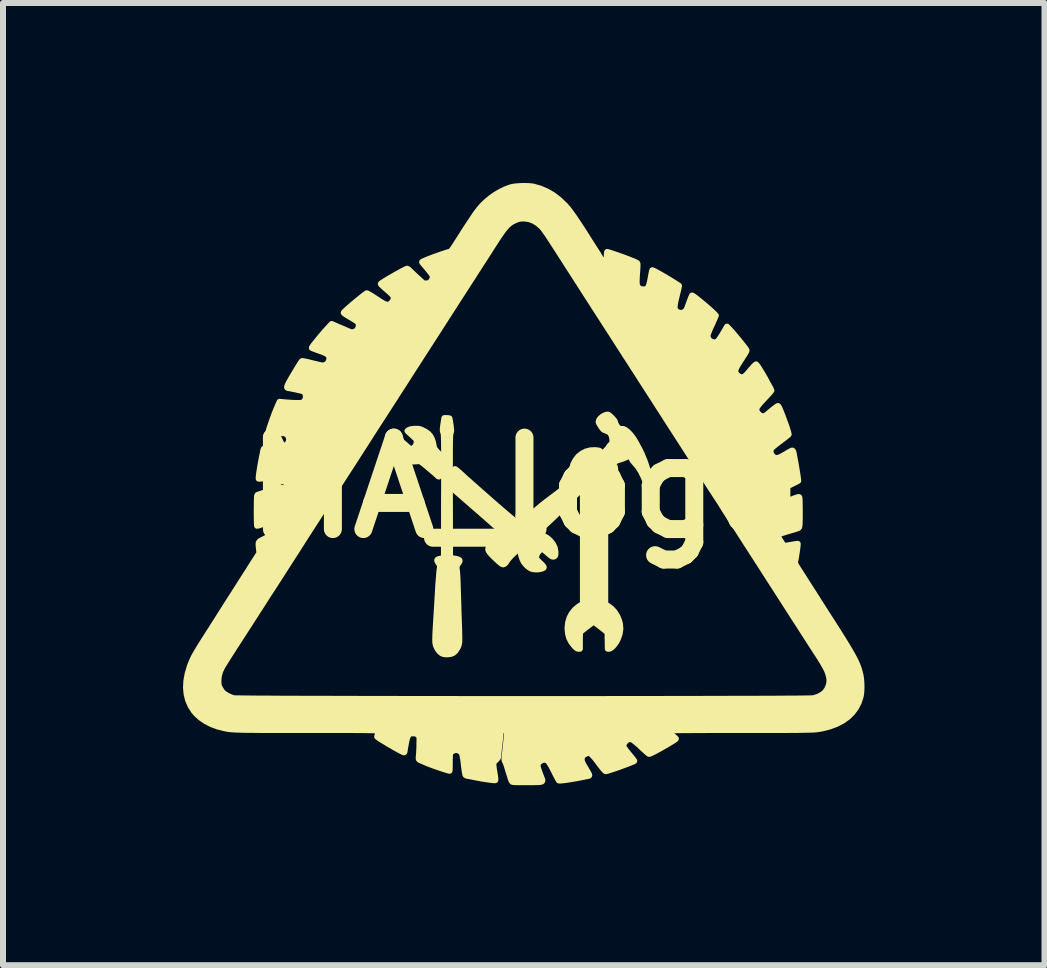
<source format=kicad_pcb>
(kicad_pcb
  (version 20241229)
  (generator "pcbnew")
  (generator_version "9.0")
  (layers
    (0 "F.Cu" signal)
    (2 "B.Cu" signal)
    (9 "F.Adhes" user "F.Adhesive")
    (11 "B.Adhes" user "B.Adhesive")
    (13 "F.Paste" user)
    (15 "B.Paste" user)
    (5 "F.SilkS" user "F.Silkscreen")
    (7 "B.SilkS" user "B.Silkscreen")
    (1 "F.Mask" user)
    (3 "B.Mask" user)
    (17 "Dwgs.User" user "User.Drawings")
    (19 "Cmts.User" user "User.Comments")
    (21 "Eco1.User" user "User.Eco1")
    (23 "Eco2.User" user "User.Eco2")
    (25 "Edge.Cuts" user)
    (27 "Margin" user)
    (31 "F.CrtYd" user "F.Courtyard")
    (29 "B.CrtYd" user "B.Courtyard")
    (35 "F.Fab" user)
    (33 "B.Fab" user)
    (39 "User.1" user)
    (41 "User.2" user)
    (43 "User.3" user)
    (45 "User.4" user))
  (footprint "MA_logo"
    (layer "F.Cu")
    (at 5.691 5.078)
    (property "Reference" "MA_logo" (at 0 0 0) (layer "F.SilkS") (effects (font (size 1.524 1.524) (thickness 0.3))))
    (attr through_hole)
    (fp_poly (pts (xy -0.14 1.056) (xy -0.201 1.113) (xy -0.231 1.143) (xy -0.26 1.176) (xy -0.283 1.204) (xy -0.289 1.214) (xy -0.313 1.25) (xy -0.334 1.271) (xy -0.354 1.278) (xy -0.376 1.271) (xy -0.404 1.25) (xy -0.417 1.239) (xy -0.477 1.184) (xy -0.524 1.139) (xy -0.559 1.102) (xy -0.583 1.072) (xy -0.598 1.048) (xy -0.604 1.029) (xy -0.602 1.013) (xy -0.6 1.008) (xy -0.587 0.999) (xy -0.562 0.986) (xy -0.529 0.974) (xy -0.516 0.969) (xy -0.443 0.94) (xy -0.392 0.909) (xy -0.368 0.891) (xy -0.349 0.878) (xy -0.339 0.872) (xy -0.339 0.872) (xy -0.331 0.878) (xy -0.314 0.893) (xy -0.289 0.916) (xy -0.258 0.945) (xy -0.237 0.964) (xy -0.14 1.056)) (stroke (width 0.1) (type solid)) (fill yes) (layer "F.SilkS"))
    (fp_poly (pts (xy 0.917 0.061) (xy 0.78 0.192) (xy 0.737 0.234) (xy 0.696 0.274) (xy 0.659 0.312) (xy 0.629 0.343) (xy 0.608 0.366) (xy 0.604 0.372) (xy 0.587 0.39) (xy 0.562 0.416) (xy 0.53 0.448) (xy 0.493 0.484) (xy 0.453 0.522) (xy 0.411 0.562) (xy 0.37 0.6) (xy 0.332 0.635) (xy 0.298 0.665) (xy 0.27 0.689) (xy 0.251 0.704) (xy 0.241 0.71) (xy 0.241 0.71) (xy 0.228 0.708) (xy 0.205 0.705) (xy 0.19 0.704) (xy 0.155 0.695) (xy 0.124 0.681) (xy 0.119 0.678) (xy 0.087 0.655) (xy 0.056 0.631) (xy 0.027 0.608) (xy 0.003 0.588) (xy -0.013 0.574) (xy -0.017 0.568) (xy -0.011 0.559) (xy 0.007 0.54) (xy 0.034 0.515) (xy 0.069 0.483) (xy 0.109 0.447) (xy 0.154 0.408) (xy 0.201 0.368) (xy 0.248 0.329) (xy 0.293 0.291) (xy 0.336 0.257) (xy 0.368 0.232) (xy 0.451 0.17) (xy 0.521 0.117) (xy 0.58 0.072) (xy 0.628 0.034) (xy 0.668 0.003) (xy 0.699 -0.022) (xy 0.724 -0.042) (xy 0.728 -0.046) (xy 0.754 -0.067) (xy 0.775 -0.084) (xy 0.787 -0.092) (xy 0.789 -0.093) (xy 0.796 -0.086) (xy 0.808 -0.069) (xy 0.814 -0.058) (xy 0.829 -0.033) (xy 0.853 -0.004) (xy 0.874 0.019) (xy 0.917 0.061)) (stroke (width 0.1) (type solid)) (fill yes) (layer "F.SilkS"))
    (fp_poly (pts (xy -1.414 -0.37) (xy -1.414 -0.308) (xy -1.415 -0.262) (xy -1.416 -0.228) (xy -1.418 -0.206) (xy -1.42 -0.193) (xy -1.424 -0.187) (xy -1.426 -0.186) (xy -1.439 -0.19) (xy -1.441 -0.193) (xy -1.448 -0.2) (xy -1.466 -0.216) (xy -1.492 -0.24) (xy -1.524 -0.267) (xy -1.56 -0.298) (xy -1.597 -0.329) (xy -1.632 -0.359) (xy -1.664 -0.385) (xy -1.691 -0.407) (xy -1.703 -0.416) (xy -1.725 -0.432) (xy -1.742 -0.441) (xy -1.76 -0.443) (xy -1.787 -0.441) (xy -1.795 -0.44) (xy -1.856 -0.437) (xy -1.914 -0.444) (xy -1.964 -0.46) (xy -1.968 -0.462) (xy -2.001 -0.483) (xy -2.035 -0.516) (xy -2.067 -0.554) (xy -2.091 -0.593) (xy -2.103 -0.619) (xy -2.117 -0.671) (xy -2.123 -0.71) (xy -2.119 -0.737) (xy -2.105 -0.754) (xy -2.081 -0.761) (xy -2.069 -0.762) (xy -2.052 -0.76) (xy -2.034 -0.753) (xy -2.012 -0.738) (xy -1.983 -0.713) (xy -1.978 -0.709) (xy -1.944 -0.678) (xy -1.919 -0.658) (xy -1.902 -0.645) (xy -1.89 -0.64) (xy -1.88 -0.641) (xy -1.869 -0.647) (xy -1.856 -0.655) (xy -1.822 -0.686) (xy -1.801 -0.726) (xy -1.795 -0.769) (xy -1.796 -0.784) (xy -1.799 -0.797) (xy -1.808 -0.811) (xy -1.824 -0.828) (xy -1.849 -0.852) (xy -1.873 -0.874) (xy -1.95 -0.946) (xy -1.926 -0.962) (xy -1.906 -0.971) (xy -1.877 -0.977) (xy -1.835 -0.981) (xy -1.829 -0.981) (xy -1.791 -0.982) (xy -1.763 -0.98) (xy -1.74 -0.975) (xy -1.714 -0.964) (xy -1.701 -0.959) (xy -1.646 -0.93) (xy -1.602 -0.898) (xy -1.569 -0.86) (xy -1.544 -0.814) (xy -1.525 -0.757) (xy -1.511 -0.685) (xy -1.511 -0.682) (xy -1.504 -0.659) (xy -1.488 -0.634) (xy -1.462 -0.603) (xy -1.46 -0.601) (xy -1.414 -0.553) (xy -1.414 -0.37)) (stroke (width 0.1) (type solid)) (fill yes) (layer "F.SilkS"))
    (fp_poly (pts (xy 0.516 1.084) (xy 0.515 1.114) (xy 0.511 1.131) (xy 0.503 1.141) (xy 0.5 1.143) (xy 0.486 1.149) (xy 0.472 1.149) (xy 0.457 1.144) (xy 0.436 1.13) (xy 0.408 1.106) (xy 0.382 1.084) (xy 0.351 1.058) (xy 0.326 1.036) (xy 0.307 1.022) (xy 0.298 1.016) (xy 0.298 1.016) (xy 0.281 1.022) (xy 0.259 1.039) (xy 0.237 1.061) (xy 0.219 1.085) (xy 0.214 1.093) (xy 0.199 1.126) (xy 0.192 1.15) (xy 0.192 1.171) (xy 0.202 1.192) (xy 0.222 1.216) (xy 0.253 1.247) (xy 0.259 1.253) (xy 0.292 1.285) (xy 0.312 1.308) (xy 0.321 1.323) (xy 0.319 1.334) (xy 0.305 1.343) (xy 0.281 1.351) (xy 0.277 1.352) (xy 0.231 1.361) (xy 0.182 1.362) (xy 0.136 1.356) (xy 0.106 1.346) (xy 0.067 1.321) (xy 0.028 1.286) (xy -0.004 1.247) (xy -0.012 1.236) (xy -0.03 1.201) (xy -0.046 1.155) (xy -0.059 1.106) (xy -0.064 1.075) (xy -0.068 1.048) (xy -0.071 1.025) (xy -0.072 1.02) (xy -0.077 1.011) (xy -0.088 0.998) (xy -0.107 0.978) (xy -0.135 0.95) (xy -0.173 0.915) (xy -0.22 0.872) (xy -0.279 0.819) (xy -0.349 0.757) (xy -0.381 0.728) (xy -0.412 0.7) (xy -0.44 0.676) (xy -0.46 0.658) (xy -0.471 0.648) (xy -0.471 0.648) (xy -0.494 0.627) (xy -0.529 0.597) (xy -0.573 0.557) (xy -0.627 0.51) (xy -0.688 0.456) (xy -0.756 0.397) (xy -0.828 0.334) (xy -0.905 0.267) (xy -0.906 0.266) (xy -1.156 0.048) (xy -1.16 -0.129) (xy -1.161 -0.182) (xy -1.161 -0.229) (xy -1.161 -0.268) (xy -1.16 -0.295) (xy -1.159 -0.309) (xy -1.158 -0.31) (xy -1.15 -0.306) (xy -1.132 -0.292) (xy -1.107 -0.271) (xy -1.076 -0.244) (xy -1.066 -0.235) (xy -1.028 -0.201) (xy -0.989 -0.164) (xy -0.952 -0.131) (xy -0.923 -0.106) (xy -0.901 -0.086) (xy -0.869 -0.057) (xy -0.828 -0.022) (xy -0.783 0.019) (xy -0.734 0.062) (xy -0.693 0.098) (xy -0.576 0.201) (xy -0.465 0.298) (xy -0.361 0.388) (xy -0.264 0.47) (xy -0.176 0.544) (xy -0.097 0.609) (xy -0.027 0.665) (xy 0.032 0.71) (xy 0.079 0.745) (xy 0.089 0.751) (xy 0.114 0.767) (xy 0.135 0.778) (xy 0.156 0.784) (xy 0.183 0.787) (xy 0.218 0.79) (xy 0.281 0.797) (xy 0.333 0.812) (xy 0.378 0.838) (xy 0.422 0.876) (xy 0.435 0.889) (xy 0.478 0.945) (xy 0.505 1.004) (xy 0.516 1.067) (xy 0.516 1.084)) (stroke (width 0.1) (type solid)) (fill yes) (layer "F.SilkS"))
    (fp_poly (pts (xy 2.091 -0.127) (xy 2.084 -0.113) (xy 2.066 -0.104) (xy 2.045 -0.101) (xy 2.025 -0.106) (xy 2.017 -0.112) (xy 2.009 -0.125) (xy 1.998 -0.149) (xy 1.987 -0.177) (xy 1.939 -0.275) (xy 1.883 -0.359) (xy 1.85 -0.398) (xy 1.825 -0.426) (xy 1.805 -0.451) (xy 1.793 -0.47) (xy 1.791 -0.475) (xy 1.777 -0.502) (xy 1.758 -0.52) (xy 1.743 -0.525) (xy 1.726 -0.521) (xy 1.702 -0.512) (xy 1.685 -0.504) (xy 1.655 -0.491) (xy 1.617 -0.477) (xy 1.585 -0.467) (xy 1.558 -0.459) (xy 1.534 -0.449) (xy 1.51 -0.435) (xy 1.481 -0.414) (xy 1.444 -0.385) (xy 1.438 -0.381) (xy 1.401 -0.35) (xy 1.365 -0.321) (xy 1.334 -0.295) (xy 1.312 -0.276) (xy 1.312 -0.275) (xy 1.261 -0.231) (xy 1.221 -0.197) (xy 1.192 -0.173) (xy 1.173 -0.159) (xy 1.162 -0.153) (xy 1.16 -0.152) (xy 1.15 -0.158) (xy 1.13 -0.172) (xy 1.105 -0.192) (xy 1.096 -0.2) (xy 1.069 -0.225) (xy 1.053 -0.242) (xy 1.045 -0.256) (xy 1.042 -0.272) (xy 1.041 -0.284) (xy 1.042 -0.298) (xy 1.045 -0.31) (xy 1.052 -0.322) (xy 1.065 -0.338) (xy 1.086 -0.358) (xy 1.116 -0.386) (xy 1.137 -0.404) (xy 1.177 -0.441) (xy 1.22 -0.481) (xy 1.261 -0.521) (xy 1.301 -0.561) (xy 1.337 -0.597) (xy 1.367 -0.629) (xy 1.39 -0.654) (xy 1.403 -0.67) (xy 1.405 -0.676) (xy 1.411 -0.687) (xy 1.426 -0.704) (xy 1.436 -0.715) (xy 1.453 -0.733) (xy 1.462 -0.748) (xy 1.466 -0.768) (xy 1.466 -0.796) (xy 1.46 -0.845) (xy 1.444 -0.887) (xy 1.422 -0.919) (xy 1.412 -0.926) (xy 1.393 -0.937) (xy 1.366 -0.949) (xy 1.353 -0.953) (xy 1.331 -0.962) (xy 1.313 -0.974) (xy 1.295 -0.994) (xy 1.275 -1.023) (xy 1.257 -1.052) (xy 1.243 -1.077) (xy 1.236 -1.095) (xy 1.236 -1.097) (xy 1.244 -1.125) (xy 1.264 -1.154) (xy 1.295 -1.181) (xy 1.331 -1.203) (xy 1.369 -1.216) (xy 1.37 -1.216) (xy 1.385 -1.218) (xy 1.397 -1.215) (xy 1.412 -1.206) (xy 1.432 -1.188) (xy 1.453 -1.168) (xy 1.477 -1.142) (xy 1.496 -1.12) (xy 1.506 -1.104) (xy 1.507 -1.1) (xy 1.511 -1.086) (xy 1.52 -1.062) (xy 1.529 -1.042) (xy 1.553 -1.006) (xy 1.581 -0.984) (xy 1.611 -0.977) (xy 1.624 -0.979) (xy 1.649 -0.978) (xy 1.68 -0.963) (xy 1.715 -0.936) (xy 1.752 -0.9) (xy 1.789 -0.856) (xy 1.825 -0.805) (xy 1.839 -0.781) (xy 1.856 -0.752) (xy 1.875 -0.717) (xy 1.896 -0.678) (xy 1.917 -0.639) (xy 1.935 -0.602) (xy 1.95 -0.571) (xy 1.961 -0.549) (xy 1.964 -0.539) (xy 1.967 -0.529) (xy 1.976 -0.509) (xy 1.984 -0.489) (xy 1.999 -0.454) (xy 2.015 -0.409) (xy 2.032 -0.359) (xy 2.048 -0.306) (xy 2.063 -0.254) (xy 2.076 -0.206) (xy 2.085 -0.166) (xy 2.091 -0.137) (xy 2.091 -0.127)) (stroke (width 0.1) (type solid)) (fill yes) (layer "F.SilkS"))
    (fp_poly (pts (xy -1.081 1.215) (xy -1.083 1.228) (xy -1.094 1.248) (xy -1.101 1.258) (xy -1.123 1.29) (xy -1.132 1.318) (xy -1.131 1.352) (xy -1.128 1.369) (xy -1.125 1.39) (xy -1.122 1.424) (xy -1.119 1.469) (xy -1.116 1.521) (xy -1.114 1.578) (xy -1.113 1.6) (xy -1.111 1.693) (xy -1.108 1.772) (xy -1.106 1.841) (xy -1.104 1.902) (xy -1.102 1.961) (xy -1.101 2.018) (xy -1.099 2.079) (xy -1.096 2.145) (xy -1.094 2.222) (xy -1.091 2.284) (xy -1.089 2.366) (xy -1.087 2.433) (xy -1.086 2.487) (xy -1.086 2.53) (xy -1.087 2.565) (xy -1.09 2.592) (xy -1.094 2.614) (xy -1.1 2.633) (xy -1.107 2.651) (xy -1.117 2.669) (xy -1.12 2.675) (xy -1.15 2.721) (xy -1.184 2.752) (xy -1.225 2.77) (xy -1.276 2.777) (xy -1.289 2.777) (xy -1.326 2.776) (xy -1.353 2.771) (xy -1.375 2.762) (xy -1.383 2.757) (xy -1.419 2.727) (xy -1.45 2.684) (xy -1.474 2.633) (xy -1.478 2.618) (xy -1.482 2.603) (xy -1.485 2.585) (xy -1.486 2.562) (xy -1.487 2.533) (xy -1.486 2.496) (xy -1.485 2.45) (xy -1.482 2.393) (xy -1.478 2.323) (xy -1.473 2.24) (xy -1.469 2.167) (xy -1.467 2.144) (xy -1.465 2.106) (xy -1.462 2.056) (xy -1.458 1.996) (xy -1.454 1.93) (xy -1.45 1.86) (xy -1.447 1.812) (xy -1.441 1.708) (xy -1.436 1.62) (xy -1.43 1.545) (xy -1.425 1.482) (xy -1.421 1.428) (xy -1.416 1.383) (xy -1.411 1.344) (xy -1.409 1.332) (xy -1.407 1.308) (xy -1.412 1.289) (xy -1.425 1.266) (xy -1.43 1.259) (xy -1.448 1.231) (xy -1.455 1.212) (xy -1.45 1.2) (xy -1.431 1.191) (xy -1.397 1.183) (xy -1.389 1.181) (xy -1.342 1.172) (xy -1.34 0.144) (xy -1.339 -0.011) (xy -1.339 -0.149) (xy -1.339 -0.272) (xy -1.339 -0.381) (xy -1.339 -0.476) (xy -1.339 -0.56) (xy -1.339 -0.631) (xy -1.34 -0.692) (xy -1.34 -0.744) (xy -1.341 -0.786) (xy -1.342 -0.821) (xy -1.343 -0.849) (xy -1.344 -0.87) (xy -1.345 -0.887) (xy -1.347 -0.899) (xy -1.349 -0.908) (xy -1.351 -0.914) (xy -1.351 -0.916) (xy -1.357 -0.931) (xy -1.36 -0.946) (xy -1.361 -0.965) (xy -1.36 -0.99) (xy -1.356 -1.024) (xy -1.349 -1.071) (xy -1.345 -1.099) (xy -1.335 -1.16) (xy -1.295 -1.16) (xy -1.27 -1.159) (xy -1.254 -1.156) (xy -1.25 -1.154) (xy -1.248 -1.143) (xy -1.243 -1.119) (xy -1.238 -1.086) (xy -1.232 -1.047) (xy -1.226 -1.003) (xy -1.223 -0.972) (xy -1.222 -0.951) (xy -1.224 -0.934) (xy -1.229 -0.918) (xy -1.231 -0.911) (xy -1.233 -0.904) (xy -1.235 -0.895) (xy -1.237 -0.883) (xy -1.238 -0.866) (xy -1.239 -0.844) (xy -1.24 -0.816) (xy -1.241 -0.781) (xy -1.242 -0.738) (xy -1.242 -0.686) (xy -1.243 -0.625) (xy -1.243 -0.552) (xy -1.243 -0.469) (xy -1.243 -0.372) (xy -1.243 -0.263) (xy -1.243 -0.139) (xy -1.243 -0.000179) (xy -1.243 0.149) (xy -1.24 1.173) (xy -1.185 1.179) (xy -1.135 1.187) (xy -1.1 1.198) (xy -1.082 1.212) (xy -1.081 1.215)) (stroke (width 0.1) (type solid)) (fill yes) (layer "F.SilkS"))
    (fp_poly (pts (xy 1.598 2.355) (xy 1.586 2.436) (xy 1.558 2.517) (xy 1.552 2.53) (xy 1.529 2.572) (xy 1.502 2.61) (xy 1.474 2.644) (xy 1.446 2.668) (xy 1.422 2.682) (xy 1.412 2.684) (xy 1.389 2.684) (xy 1.387 2.547) (xy 1.384 2.41) (xy 1.274 2.323) (xy 1.237 2.294) (xy 1.203 2.269) (xy 1.194 2.262) (xy 1.194 1.074) (xy 1.194 0.937) (xy 1.194 0.816) (xy 1.194 0.71) (xy 1.193 0.617) (xy 1.193 0.538) (xy 1.193 0.471) (xy 1.192 0.414) (xy 1.191 0.368) (xy 1.191 0.331) (xy 1.19 0.301) (xy 1.188 0.278) (xy 1.187 0.262) (xy 1.185 0.25) (xy 1.183 0.242) (xy 1.181 0.237) (xy 1.18 0.236) (xy 1.16 0.223) (xy 1.138 0.222) (xy 1.121 0.232) (xy 1.118 0.237) (xy 1.116 0.248) (xy 1.115 0.276) (xy 1.113 0.321) (xy 1.112 0.382) (xy 1.111 0.46) (xy 1.11 0.555) (xy 1.11 0.666) (xy 1.109 0.795) (xy 1.109 0.94) (xy 1.109 1.073) (xy 1.109 1.21) (xy 1.109 1.332) (xy 1.109 1.438) (xy 1.11 1.531) (xy 1.11 1.61) (xy 1.11 1.678) (xy 1.111 1.735) (xy 1.112 1.781) (xy 1.113 1.819) (xy 1.114 1.849) (xy 1.115 1.871) (xy 1.116 1.888) (xy 1.118 1.899) (xy 1.12 1.907) (xy 1.122 1.912) (xy 1.14 1.928) (xy 1.158 1.927) (xy 1.177 1.913) (xy 1.18 1.91) (xy 1.182 1.906) (xy 1.184 1.9) (xy 1.186 1.892) (xy 1.188 1.879) (xy 1.189 1.861) (xy 1.19 1.837) (xy 1.191 1.807) (xy 1.192 1.768) (xy 1.193 1.72) (xy 1.193 1.663) (xy 1.193 1.594) (xy 1.194 1.513) (xy 1.194 1.42) (xy 1.194 1.312) (xy 1.194 1.189) (xy 1.194 1.074) (xy 1.194 2.262) (xy 1.177 2.25) (xy 1.159 2.238) (xy 1.153 2.235) (xy 1.144 2.24) (xy 1.124 2.254) (xy 1.097 2.274) (xy 1.065 2.298) (xy 1.031 2.324) (xy 0.998 2.35) (xy 0.968 2.374) (xy 0.945 2.393) (xy 0.931 2.406) (xy 0.929 2.409) (xy 0.927 2.42) (xy 0.925 2.445) (xy 0.924 2.48) (xy 0.923 2.523) (xy 0.923 2.551) (xy 0.923 2.684) (xy 0.898 2.684) (xy 0.882 2.681) (xy 0.864 2.669) (xy 0.841 2.648) (xy 0.83 2.636) (xy 0.781 2.573) (xy 0.746 2.506) (xy 0.726 2.433) (xy 0.718 2.35) (xy 0.718 2.34) (xy 0.726 2.254) (xy 0.749 2.173) (xy 0.787 2.1) (xy 0.838 2.036) (xy 0.902 1.982) (xy 0.923 1.968) (xy 0.974 1.938) (xy 0.974 0.99) (xy 0.974 0.043) (xy 0.949 0.03) (xy 0.916 0.006) (xy 0.882 -0.031) (xy 0.849 -0.076) (xy 0.822 -0.125) (xy 0.805 -0.168) (xy 0.798 -0.206) (xy 0.795 -0.254) (xy 0.797 -0.305) (xy 0.804 -0.352) (xy 0.814 -0.39) (xy 0.814 -0.39) (xy 0.852 -0.462) (xy 0.9 -0.522) (xy 0.959 -0.569) (xy 1.025 -0.603) (xy 1.098 -0.622) (xy 1.176 -0.626) (xy 1.203 -0.623) (xy 1.234 -0.619) (xy 1.254 -0.613) (xy 1.262 -0.605) (xy 1.259 -0.592) (xy 1.244 -0.573) (xy 1.217 -0.546) (xy 1.19 -0.52) (xy 1.159 -0.491) (xy 1.13 -0.467) (xy 1.108 -0.449) (xy 1.095 -0.441) (xy 1.093 -0.44) (xy 1.081 -0.435) (xy 1.061 -0.419) (xy 1.037 -0.397) (xy 1.026 -0.387) (xy 0.974 -0.334) (xy 0.974 -0.261) (xy 0.975 -0.228) (xy 0.977 -0.202) (xy 0.98 -0.187) (xy 0.981 -0.185) (xy 0.991 -0.178) (xy 1.009 -0.163) (xy 1.026 -0.147) (xy 1.056 -0.121) (xy 1.081 -0.105) (xy 1.106 -0.096) (xy 1.139 -0.093) (xy 1.162 -0.093) (xy 1.224 -0.093) (xy 1.274 -0.144) (xy 1.297 -0.169) (xy 1.315 -0.191) (xy 1.325 -0.206) (xy 1.326 -0.209) (xy 1.333 -0.223) (xy 1.35 -0.242) (xy 1.361 -0.252) (xy 1.404 -0.289) (xy 1.441 -0.318) (xy 1.471 -0.34) (xy 1.492 -0.354) (xy 1.502 -0.357) (xy 1.502 -0.356) (xy 1.508 -0.338) (xy 1.512 -0.308) (xy 1.513 -0.272) (xy 1.511 -0.236) (xy 1.508 -0.207) (xy 1.486 -0.133) (xy 1.449 -0.065) (xy 1.397 -0.006) (xy 1.397 -0.005) (xy 1.346 0.041) (xy 1.346 0.992) (xy 1.346 1.943) (xy 1.392 1.971) (xy 1.452 2.016) (xy 1.505 2.075) (xy 1.547 2.143) (xy 1.578 2.219) (xy 1.592 2.276) (xy 1.598 2.355)) (stroke (width 0.1) (type solid)) (fill yes) (layer "F.SilkS"))
    (fp_poly (pts (xy 5.617 3.318) (xy 5.615 3.384) (xy 5.61 3.442) (xy 5.602 3.482) (xy 5.57 3.581) (xy 5.523 3.671) (xy 5.462 3.752) (xy 5.388 3.824) (xy 5.3 3.886) (xy 5.2 3.938) (xy 5.087 3.98) (xy 5.084 3.981) (xy 5.084 3.212) (xy 5.081 3.182) (xy 5.076 3.152) (xy 5.068 3.118) (xy 5.057 3.083) (xy 5.043 3.047) (xy 5.023 3.007) (xy 4.998 2.961) (xy 4.966 2.906) (xy 4.926 2.841) (xy 4.889 2.783) (xy 4.855 2.732) (xy 4.823 2.682) (xy 4.794 2.637) (xy 4.77 2.6) (xy 4.753 2.573) (xy 4.745 2.561) (xy 4.734 2.543) (xy 4.714 2.513) (xy 4.689 2.473) (xy 4.658 2.426) (xy 4.625 2.374) (xy 4.589 2.319) (xy 4.585 2.311) (xy 4.548 2.255) (xy 4.513 2.201) (xy 4.481 2.151) (xy 4.453 2.107) (xy 4.431 2.073) (xy 4.417 2.05) (xy 4.416 2.049) (xy 4.391 2.01) (xy 4.358 1.959) (xy 4.319 1.898) (xy 4.274 1.828) (xy 4.225 1.752) (xy 4.174 1.672) (xy 4.121 1.59) (xy 4.068 1.508) (xy 4.016 1.427) (xy 3.967 1.35) (xy 3.921 1.279) (xy 3.886 1.225) (xy 3.845 1.16) (xy 3.803 1.096) (xy 3.764 1.034) (xy 3.727 0.977) (xy 3.695 0.928) (xy 3.67 0.889) (xy 3.658 0.869) (xy 3.627 0.822) (xy 3.593 0.769) (xy 3.56 0.717) (xy 3.535 0.679) (xy 3.507 0.635) (xy 3.476 0.588) (xy 3.448 0.544) (xy 3.43 0.516) (xy 3.406 0.479) (xy 3.381 0.441) (xy 3.36 0.408) (xy 3.353 0.398) (xy 3.336 0.372) (xy 3.323 0.35) (xy 3.317 0.338) (xy 3.31 0.328) (xy 3.296 0.306) (xy 3.276 0.273) (xy 3.25 0.233) (xy 3.22 0.188) (xy 3.2 0.157) (xy 3.166 0.104) (xy 3.131 0.051) (xy 3.099 0.002) (xy 3.071 -0.041) (xy 3.05 -0.075) (xy 3.043 -0.085) (xy 3.003 -0.148) (xy 2.955 -0.223) (xy 2.899 -0.309) (xy 2.838 -0.405) (xy 2.771 -0.509) (xy 2.701 -0.618) (xy 2.628 -0.732) (xy 2.552 -0.849) (xy 2.477 -0.967) (xy 2.472 -0.974) (xy 2.427 -1.043) (xy 2.376 -1.123) (xy 2.321 -1.209) (xy 2.263 -1.299) (xy 2.206 -1.387) (xy 2.152 -1.472) (xy 2.113 -1.532) (xy 2.062 -1.612) (xy 2.007 -1.697) (xy 1.95 -1.785) (xy 1.893 -1.875) (xy 1.835 -1.964) (xy 1.78 -2.051) (xy 1.727 -2.133) (xy 1.678 -2.208) (xy 1.636 -2.274) (xy 1.6 -2.33) (xy 1.579 -2.362) (xy 1.566 -2.383) (xy 1.544 -2.416) (xy 1.517 -2.459) (xy 1.485 -2.509) (xy 1.45 -2.564) (xy 1.413 -2.621) (xy 1.402 -2.637) (xy 1.343 -2.729) (xy 1.282 -2.824) (xy 1.218 -2.923) (xy 1.153 -3.024) (xy 1.088 -3.126) (xy 1.023 -3.226) (xy 0.96 -3.325) (xy 0.899 -3.42) (xy 0.84 -3.511) (xy 0.786 -3.596) (xy 0.736 -3.673) (xy 0.692 -3.742) (xy 0.654 -3.802) (xy 0.623 -3.85) (xy 0.6 -3.885) (xy 0.594 -3.895) (xy 0.572 -3.929) (xy 0.551 -3.962) (xy 0.535 -3.987) (xy 0.529 -3.996) (xy 0.471 -4.086) (xy 0.422 -4.161) (xy 0.381 -4.223) (xy 0.346 -4.273) (xy 0.319 -4.31) (xy 0.298 -4.337) (xy 0.289 -4.346) (xy 0.222 -4.406) (xy 0.151 -4.449) (xy 0.077 -4.476) (xy -0.001 -4.487) (xy -0.013 -4.487) (xy -0.053 -4.486) (xy -0.087 -4.481) (xy -0.12 -4.472) (xy -0.159 -4.455) (xy -0.184 -4.443) (xy -0.211 -4.429) (xy -0.235 -4.414) (xy -0.259 -4.395) (xy -0.284 -4.373) (xy -0.309 -4.345) (xy -0.338 -4.311) (xy -0.369 -4.269) (xy -0.405 -4.218) (xy -0.447 -4.156) (xy -0.494 -4.083) (xy -0.549 -3.997) (xy -0.572 -3.962) (xy -0.601 -3.916) (xy -0.637 -3.86) (xy -0.677 -3.797) (xy -0.719 -3.733) (xy -0.758 -3.672) (xy -0.774 -3.647) (xy -0.807 -3.597) (xy -0.846 -3.535) (xy -0.891 -3.465) (xy -0.94 -3.39) (xy -0.989 -3.313) (xy -1.039 -3.236) (xy -1.084 -3.166) (xy -1.125 -3.103) (xy -1.164 -3.041) (xy -1.204 -2.979) (xy -1.244 -2.917) (xy -1.286 -2.852) (xy -1.33 -2.783) (xy -1.377 -2.71) (xy -1.428 -2.63) (xy -1.484 -2.543) (xy -1.546 -2.447) (xy -1.614 -2.341) (xy -1.69 -2.224) (xy -1.773 -2.094) (xy -1.791 -2.066) (xy -1.842 -1.988) (xy -1.898 -1.9) (xy -1.958 -1.806) (xy -2.019 -1.711) (xy -2.079 -1.619) (xy -2.133 -1.535) (xy -2.159 -1.494) (xy -2.206 -1.421) (xy -2.257 -1.342) (xy -2.309 -1.261) (xy -2.36 -1.182) (xy -2.408 -1.108) (xy -2.45 -1.042) (xy -2.478 -0.999) (xy -2.514 -0.943) (xy -2.549 -0.889) (xy -2.581 -0.838) (xy -2.609 -0.795) (xy -2.631 -0.761) (xy -2.645 -0.738) (xy -2.646 -0.737) (xy -2.659 -0.716) (xy -2.68 -0.684) (xy -2.707 -0.642) (xy -2.739 -0.591) (xy -2.776 -0.535) (xy -2.814 -0.475) (xy -2.842 -0.432) (xy -2.901 -0.34) (xy -2.967 -0.238) (xy -3.038 -0.128) (xy -3.111 -0.014) (xy -3.184 0.1) (xy -3.255 0.21) (xy -3.322 0.314) (xy -3.357 0.368) (xy -3.373 0.393) (xy -3.396 0.429) (xy -3.426 0.475) (xy -3.459 0.527) (xy -3.496 0.584) (xy -3.534 0.642) (xy -3.544 0.658) (xy -3.58 0.714) (xy -3.615 0.768) (xy -3.646 0.816) (xy -3.672 0.857) (xy -3.693 0.889) (xy -3.706 0.91) (xy -3.708 0.914) (xy -3.722 0.936) (xy -3.742 0.967) (xy -3.765 1.003) (xy -3.777 1.022) (xy -3.836 1.114) (xy -3.901 1.215) (xy -3.971 1.324) (xy -4.042 1.435) (xy -4.113 1.545) (xy -4.181 1.651) (xy -4.244 1.748) (xy -4.244 1.748) (xy -4.282 1.806) (xy -4.317 1.861) (xy -4.349 1.911) (xy -4.376 1.953) (xy -4.397 1.986) (xy -4.411 2.008) (xy -4.416 2.015) (xy -4.426 2.031) (xy -4.445 2.06) (xy -4.473 2.104) (xy -4.509 2.16) (xy -4.554 2.23) (xy -4.607 2.312) (xy -4.668 2.407) (xy -4.737 2.513) (xy -4.762 2.553) (xy -4.825 2.65) (xy -4.88 2.736) (xy -4.929 2.812) (xy -4.969 2.876) (xy -5.002 2.928) (xy -5.026 2.968) (xy -5.041 2.994) (xy -5.043 2.997) (xy -5.075 3.067) (xy -5.094 3.136) (xy -5.101 3.207) (xy -5.101 3.217) (xy -5.1 3.256) (xy -5.097 3.285) (xy -5.09 3.31) (xy -5.077 3.338) (xy -5.077 3.339) (xy -5.059 3.37) (xy -5.039 3.399) (xy -5.026 3.415) (xy -4.992 3.442) (xy -4.948 3.468) (xy -4.899 3.491) (xy -4.851 3.508) (xy -4.846 3.509) (xy -4.834 3.51) (xy -4.805 3.511) (xy -4.761 3.511) (xy -4.701 3.512) (xy -4.627 3.513) (xy -4.539 3.514) (xy -4.437 3.515) (xy -4.323 3.515) (xy -4.196 3.516) (xy -4.058 3.517) (xy -3.908 3.517) (xy -3.748 3.518) (xy -3.579 3.518) (xy -3.399 3.519) (xy -3.212 3.519) (xy -3.016 3.52) (xy -2.812 3.52) (xy -2.602 3.521) (xy -2.385 3.521) (xy -2.162 3.521) (xy -1.934 3.522) (xy -1.701 3.522) (xy -1.465 3.522) (xy -1.225 3.522) (xy -0.982 3.523) (xy -0.736 3.523) (xy -0.489 3.523) (xy -0.241 3.523) (xy 0.007 3.523) (xy 0.256 3.523) (xy 0.504 3.523) (xy 0.75 3.523) (xy 0.995 3.523) (xy 1.238 3.523) (xy 1.477 3.522) (xy 1.713 3.522) (xy 1.945 3.522) (xy 2.172 3.522) (xy 2.394 3.521) (xy 2.609 3.521) (xy 2.819 3.521) (xy 3.021 3.52) (xy 3.215 3.52) (xy 3.402 3.519) (xy 3.579 3.519) (xy 3.747 3.518) (xy 3.905 3.518) (xy 4.053 3.517) (xy 4.189 3.517) (xy 4.313 3.516) (xy 4.425 3.515) (xy 4.525 3.515) (xy 4.61 3.514) (xy 4.682 3.513) (xy 4.738 3.512) (xy 4.78 3.511) (xy 4.806 3.51) (xy 4.814 3.51) (xy 4.893 3.485) (xy 4.957 3.452) (xy 5.008 3.411) (xy 5.045 3.359) (xy 5.071 3.297) (xy 5.077 3.272) (xy 5.082 3.24) (xy 5.084 3.212) (xy 5.084 3.981) (xy 4.962 4.012) (xy 4.877 4.026) (xy 4.863 4.028) (xy 4.845 4.029) (xy 4.822 4.031) (xy 4.795 4.032) (xy 4.761 4.033) (xy 4.721 4.034) (xy 4.673 4.035) (xy 4.616 4.036) (xy 4.55 4.037) (xy 4.474 4.037) (xy 4.387 4.038) (xy 4.288 4.038) (xy 4.176 4.038) (xy 4.051 4.038) (xy 3.911 4.039) (xy 3.756 4.039) (xy 3.585 4.039) (xy 3.58 4.039) (xy 3.438 4.039) (xy 3.301 4.039) (xy 3.17 4.039) (xy 3.045 4.039) (xy 2.928 4.04) (xy 2.82 4.04) (xy 2.72 4.041) (xy 2.632 4.041) (xy 2.554 4.042) (xy 2.489 4.042) (xy 2.437 4.043) (xy 2.4 4.044) (xy 2.377 4.045) (xy 2.371 4.045) (xy 2.377 4.053) (xy 2.394 4.069) (xy 2.418 4.091) (xy 2.447 4.115) (xy 2.477 4.14) (xy 2.501 4.162) (xy 2.517 4.177) (xy 2.523 4.184) (xy 2.516 4.192) (xy 2.496 4.206) (xy 2.466 4.226) (xy 2.427 4.249) (xy 2.383 4.276) (xy 2.334 4.304) (xy 2.285 4.332) (xy 2.235 4.36) (xy 2.189 4.385) (xy 2.148 4.406) (xy 2.114 4.423) (xy 2.091 4.433) (xy 2.079 4.437) (xy 2.069 4.431) (xy 2.049 4.415) (xy 2.022 4.392) (xy 1.988 4.361) (xy 1.951 4.327) (xy 1.95 4.325) (xy 1.897 4.276) (xy 1.853 4.239) (xy 1.818 4.212) (xy 1.79 4.196) (xy 1.766 4.188) (xy 1.746 4.188) (xy 1.744 4.188) (xy 1.705 4.207) (xy 1.673 4.239) (xy 1.66 4.262) (xy 1.649 4.285) (xy 1.646 4.301) (xy 1.65 4.315) (xy 1.657 4.329) (xy 1.668 4.347) (xy 1.687 4.373) (xy 1.713 4.407) (xy 1.742 4.443) (xy 1.75 4.453) (xy 1.778 4.487) (xy 1.802 4.517) (xy 1.819 4.539) (xy 1.828 4.552) (xy 1.829 4.554) (xy 1.821 4.56) (xy 1.8 4.569) (xy 1.767 4.583) (xy 1.726 4.599) (xy 1.678 4.617) (xy 1.626 4.636) (xy 1.573 4.656) (xy 1.52 4.674) (xy 1.47 4.691) (xy 1.426 4.705) (xy 1.391 4.716) (xy 1.365 4.723) (xy 1.354 4.724) (xy 1.342 4.717) (xy 1.322 4.696) (xy 1.293 4.661) (xy 1.254 4.611) (xy 1.239 4.59) (xy 1.196 4.533) (xy 1.16 4.489) (xy 1.131 4.458) (xy 1.107 4.436) (xy 1.085 4.424) (xy 1.066 4.42) (xy 1.063 4.42) (xy 1.042 4.425) (xy 1.015 4.437) (xy 0.989 4.454) (xy 0.969 4.47) (xy 0.957 4.493) (xy 0.953 4.526) (xy 0.953 4.528) (xy 0.954 4.547) (xy 0.959 4.566) (xy 0.969 4.589) (xy 0.984 4.619) (xy 1.007 4.659) (xy 1.015 4.672) (xy 1.042 4.718) (xy 1.061 4.751) (xy 1.073 4.773) (xy 1.079 4.788) (xy 1.079 4.796) (xy 1.076 4.8) (xy 1.068 4.802) (xy 1.065 4.803) (xy 0.996 4.817) (xy 0.926 4.831) (xy 0.857 4.844) (xy 0.791 4.855) (xy 0.73 4.865) (xy 0.676 4.873) (xy 0.631 4.878) (xy 0.598 4.881) (xy 0.578 4.881) (xy 0.574 4.88) (xy 0.568 4.871) (xy 0.556 4.85) (xy 0.54 4.819) (xy 0.519 4.779) (xy 0.499 4.739) (xy 0.469 4.68) (xy 0.445 4.634) (xy 0.425 4.6) (xy 0.408 4.575) (xy 0.394 4.558) (xy 0.379 4.546) (xy 0.365 4.538) (xy 0.364 4.538) (xy 0.331 4.533) (xy 0.295 4.54) (xy 0.262 4.558) (xy 0.235 4.583) (xy 0.221 4.611) (xy 0.219 4.625) (xy 0.22 4.643) (xy 0.224 4.666) (xy 0.234 4.698) (xy 0.248 4.74) (xy 0.269 4.795) (xy 0.271 4.801) (xy 0.283 4.831) (xy 0.292 4.855) (xy 0.298 4.873) (xy 0.297 4.887) (xy 0.29 4.896) (xy 0.273 4.902) (xy 0.247 4.906) (xy 0.209 4.907) (xy 0.157 4.908) (xy 0.091 4.908) (xy 0.055 4.909) (xy -0.021 4.909) (xy -0.081 4.909) (xy -0.128 4.909) (xy -0.162 4.907) (xy -0.185 4.905) (xy -0.199 4.903) (xy -0.204 4.9) (xy -0.213 4.887) (xy -0.224 4.863) (xy -0.235 4.832) (xy -0.236 4.826) (xy -0.246 4.792) (xy -0.256 4.763) (xy -0.262 4.743) (xy -0.263 4.741) (xy -0.269 4.723) (xy -0.277 4.694) (xy -0.287 4.661) (xy -0.288 4.657) (xy -0.299 4.622) (xy -0.311 4.59) (xy -0.321 4.568) (xy -0.322 4.566) (xy -0.329 4.55) (xy -0.333 4.533) (xy -0.333 4.51) (xy -0.33 4.474) (xy -0.33 4.473) (xy -0.319 4.375) (xy -0.309 4.288) (xy -0.302 4.214) (xy -0.295 4.153) (xy -0.291 4.107) (xy -0.288 4.077) (xy -0.288 4.064) (xy -0.289 4.05) (xy -0.293 4.042) (xy -0.306 4.039) (xy -0.331 4.039) (xy -0.339 4.039) (xy -0.363 4.039) (xy -0.379 4.041) (xy -0.389 4.049) (xy -0.395 4.065) (xy -0.398 4.093) (xy -0.402 4.128) (xy -0.405 4.16) (xy -0.409 4.202) (xy -0.414 4.245) (xy -0.415 4.259) (xy -0.424 4.333) (xy -0.43 4.392) (xy -0.435 4.437) (xy -0.438 4.468) (xy -0.44 4.487) (xy -0.44 4.494) (xy -0.446 4.506) (xy -0.461 4.523) (xy -0.475 4.537) (xy -0.496 4.558) (xy -0.512 4.578) (xy -0.517 4.587) (xy -0.519 4.605) (xy -0.516 4.639) (xy -0.51 4.689) (xy -0.502 4.737) (xy -0.495 4.782) (xy -0.489 4.821) (xy -0.486 4.852) (xy -0.485 4.87) (xy -0.486 4.874) (xy -0.496 4.876) (xy -0.521 4.874) (xy -0.558 4.87) (xy -0.603 4.864) (xy -0.654 4.857) (xy -0.709 4.848) (xy -0.765 4.837) (xy -0.813 4.828) (xy -0.856 4.82) (xy -0.895 4.812) (xy -0.926 4.806) (xy -0.946 4.803) (xy -0.946 4.803) (xy -0.968 4.797) (xy -0.982 4.788) (xy -0.982 4.788) (xy -0.986 4.776) (xy -0.992 4.75) (xy -0.997 4.714) (xy -1.004 4.669) (xy -1.008 4.63) (xy -1.016 4.566) (xy -1.023 4.517) (xy -1.029 4.48) (xy -1.035 4.452) (xy -1.042 4.433) (xy -1.05 4.417) (xy -1.06 4.405) (xy -1.066 4.399) (xy -1.1 4.378) (xy -1.138 4.371) (xy -1.177 4.378) (xy -1.214 4.4) (xy -1.227 4.413) (xy -1.234 4.421) (xy -1.238 4.431) (xy -1.241 4.446) (xy -1.243 4.468) (xy -1.244 4.501) (xy -1.245 4.547) (xy -1.245 4.572) (xy -1.245 4.619) (xy -1.246 4.66) (xy -1.247 4.692) (xy -1.248 4.712) (xy -1.249 4.718) (xy -1.258 4.716) (xy -1.28 4.71) (xy -1.313 4.7) (xy -1.354 4.687) (xy -1.4 4.672) (xy -1.449 4.655) (xy -1.498 4.638) (xy -1.528 4.627) (xy -1.564 4.614) (xy -1.605 4.598) (xy -1.646 4.581) (xy -1.685 4.564) (xy -1.718 4.55) (xy -1.742 4.539) (xy -1.753 4.532) (xy -1.761 4.523) (xy -1.763 4.507) (xy -1.761 4.48) (xy -1.76 4.472) (xy -1.758 4.447) (xy -1.755 4.409) (xy -1.753 4.362) (xy -1.751 4.312) (xy -1.751 4.286) (xy -1.748 4.149) (xy -1.776 4.121) (xy -1.794 4.105) (xy -1.81 4.097) (xy -1.833 4.094) (xy -1.854 4.094) (xy -1.885 4.095) (xy -1.906 4.1) (xy -1.922 4.111) (xy -1.926 4.114) (xy -1.943 4.137) (xy -1.955 4.164) (xy -1.956 4.165) (xy -1.961 4.188) (xy -1.968 4.221) (xy -1.976 4.26) (xy -1.983 4.301) (xy -1.99 4.339) (xy -1.995 4.37) (xy -1.998 4.391) (xy -1.998 4.396) (xy -2.003 4.409) (xy -2.009 4.411) (xy -2.021 4.407) (xy -2.045 4.395) (xy -2.078 4.378) (xy -2.119 4.355) (xy -2.165 4.33) (xy -2.214 4.301) (xy -2.264 4.272) (xy -2.312 4.243) (xy -2.357 4.216) (xy -2.396 4.192) (xy -2.426 4.172) (xy -2.447 4.158) (xy -2.455 4.15) (xy -2.455 4.15) (xy -2.453 4.139) (xy -2.447 4.118) (xy -2.443 4.103) (xy -2.435 4.077) (xy -2.431 4.056) (xy -2.43 4.05) (xy -2.432 4.048) (xy -2.44 4.047) (xy -2.453 4.046) (xy -2.472 4.044) (xy -2.499 4.043) (xy -2.535 4.042) (xy -2.579 4.042) (xy -2.632 4.041) (xy -2.696 4.04) (xy -2.771 4.04) (xy -2.858 4.039) (xy -2.958 4.039) (xy -3.07 4.039) (xy -3.197 4.039) (xy -3.339 4.039) (xy -3.497 4.039) (xy -3.619 4.039) (xy -3.788 4.039) (xy -3.941 4.039) (xy -4.079 4.038) (xy -4.203 4.038) (xy -4.314 4.038) (xy -4.412 4.038) (xy -4.499 4.037) (xy -4.575 4.036) (xy -4.641 4.036) (xy -4.699 4.035) (xy -4.749 4.033) (xy -4.792 4.032) (xy -4.83 4.03) (xy -4.862 4.028) (xy -4.89 4.026) (xy -4.914 4.023) (xy -4.937 4.02) (xy -4.958 4.017) (xy -4.978 4.013) (xy -4.999 4.009) (xy -5.002 4.008) (xy -5.113 3.98) (xy -5.217 3.941) (xy -5.312 3.892) (xy -5.396 3.835) (xy -5.468 3.77) (xy -5.509 3.723) (xy -5.565 3.635) (xy -5.606 3.54) (xy -5.631 3.439) (xy -5.641 3.333) (xy -5.635 3.22) (xy -5.614 3.102) (xy -5.577 2.979) (xy -5.565 2.947) (xy -5.552 2.913) (xy -5.538 2.881) (xy -5.523 2.848) (xy -5.506 2.814) (xy -5.485 2.776) (xy -5.46 2.733) (xy -5.43 2.683) (xy -5.395 2.625) (xy -5.352 2.558) (xy -5.302 2.479) (xy -5.252 2.4) (xy -5.23 2.367) (xy -5.202 2.322) (xy -5.168 2.269) (xy -5.132 2.212) (xy -5.095 2.154) (xy -5.072 2.117) (xy -5.033 2.056) (xy -4.992 1.991) (xy -4.951 1.926) (xy -4.912 1.865) (xy -4.878 1.813) (xy -4.864 1.791) (xy -4.834 1.744) (xy -4.797 1.686) (xy -4.757 1.623) (xy -4.716 1.558) (xy -4.675 1.494) (xy -4.657 1.465) (xy -4.62 1.408) (xy -4.583 1.35) (xy -4.548 1.294) (xy -4.516 1.244) (xy -4.49 1.203) (xy -4.476 1.182) (xy -4.417 1.09) (xy -4.424 1.026) (xy -4.429 0.979) (xy -4.431 0.946) (xy -4.43 0.922) (xy -4.422 0.905) (xy -4.407 0.891) (xy -4.381 0.876) (xy -4.344 0.858) (xy -4.333 0.852) (xy -4.233 0.8) (xy -4.17 0.701) (xy -4.147 0.664) (xy -4.129 0.632) (xy -4.116 0.607) (xy -4.111 0.593) (xy -4.111 0.591) (xy -4.123 0.576) (xy -4.146 0.562) (xy -4.171 0.552) (xy -4.185 0.55) (xy -4.201 0.553) (xy -4.229 0.561) (xy -4.265 0.572) (xy -4.302 0.585) (xy -4.358 0.605) (xy -4.399 0.619) (xy -4.428 0.628) (xy -4.446 0.633) (xy -4.456 0.635) (xy -4.457 0.627) (xy -4.459 0.604) (xy -4.46 0.568) (xy -4.461 0.522) (xy -4.462 0.466) (xy -4.462 0.405) (xy -4.462 0.381) (xy -4.461 0.308) (xy -4.461 0.251) (xy -4.46 0.206) (xy -4.459 0.174) (xy -4.458 0.15) (xy -4.455 0.135) (xy -4.453 0.126) (xy -4.449 0.121) (xy -4.447 0.12) (xy -4.434 0.115) (xy -4.408 0.106) (xy -4.372 0.095) (xy -4.328 0.081) (xy -4.284 0.068) (xy -4.235 0.053) (xy -4.19 0.039) (xy -4.153 0.026) (xy -4.126 0.016) (xy -4.113 0.01) (xy -4.103 0.005) (xy -4.092 0.002) (xy -4.076 0.001) (xy -4.052 0.002) (xy -4.019 0.005) (xy -3.972 0.01) (xy -3.952 0.012) (xy -3.903 0.017) (xy -3.857 0.022) (xy -3.818 0.027) (xy -3.79 0.03) (xy -3.78 0.031) (xy -3.761 0.033) (xy -3.748 0.03) (xy -3.737 0.019) (xy -3.722 -0.002) (xy -3.718 -0.009) (xy -3.704 -0.034) (xy -3.696 -0.054) (xy -3.695 -0.064) (xy -3.705 -0.069) (xy -3.73 -0.075) (xy -3.766 -0.079) (xy -3.769 -0.079) (xy -3.809 -0.082) (xy -3.854 -0.086) (xy -3.903 -0.091) (xy -3.95 -0.097) (xy -3.994 -0.102) (xy -4.031 -0.107) (xy -4.058 -0.111) (xy -4.072 -0.114) (xy -4.073 -0.115) (xy -4.08 -0.127) (xy -4.081 -0.131) (xy -4.088 -0.146) (xy -4.106 -0.162) (xy -4.129 -0.176) (xy -4.152 -0.185) (xy -4.162 -0.186) (xy -4.179 -0.185) (xy -4.209 -0.181) (xy -4.248 -0.175) (xy -4.293 -0.168) (xy -4.305 -0.165) (xy -4.348 -0.159) (xy -4.385 -0.153) (xy -4.412 -0.151) (xy -4.428 -0.15) (xy -4.429 -0.151) (xy -4.43 -0.161) (xy -4.428 -0.185) (xy -4.424 -0.221) (xy -4.418 -0.264) (xy -4.41 -0.314) (xy -4.402 -0.366) (xy -4.392 -0.419) (xy -4.383 -0.469) (xy -4.377 -0.5) (xy -4.369 -0.539) (xy -4.361 -0.576) (xy -4.356 -0.604) (xy -4.354 -0.616) (xy -4.348 -0.637) (xy -4.341 -0.65) (xy -4.34 -0.65) (xy -4.328 -0.654) (xy -4.303 -0.659) (xy -4.269 -0.664) (xy -4.238 -0.668) (xy -4.165 -0.676) (xy -4.107 -0.683) (xy -4.062 -0.689) (xy -4.028 -0.694) (xy -4.004 -0.7) (xy -3.986 -0.705) (xy -3.973 -0.711) (xy -3.972 -0.712) (xy -3.943 -0.738) (xy -3.927 -0.771) (xy -3.922 -0.807) (xy -3.929 -0.843) (xy -3.947 -0.875) (xy -3.976 -0.898) (xy -3.989 -0.903) (xy -4.009 -0.907) (xy -4.043 -0.911) (xy -4.088 -0.913) (xy -4.14 -0.914) (xy -4.142 -0.914) (xy -4.194 -0.914) (xy -4.23 -0.916) (xy -4.253 -0.918) (xy -4.265 -0.922) (xy -4.267 -0.925) (xy -4.264 -0.939) (xy -4.257 -0.967) (xy -4.245 -1.005) (xy -4.23 -1.05) (xy -4.213 -1.1) (xy -4.194 -1.153) (xy -4.182 -1.185) (xy -4.166 -1.23) (xy -4.152 -1.265) (xy -4.139 -1.297) (xy -4.125 -1.331) (xy -4.107 -1.373) (xy -4.098 -1.393) (xy -4.081 -1.431) (xy -4.041 -1.427) (xy -3.99 -1.422) (xy -3.936 -1.418) (xy -3.882 -1.414) (xy -3.83 -1.412) (xy -3.784 -1.411) (xy -3.746 -1.411) (xy -3.722 -1.413) (xy -3.716 -1.414) (xy -3.679 -1.432) (xy -3.655 -1.461) (xy -3.643 -1.502) (xy -3.643 -1.502) (xy -3.644 -1.546) (xy -3.657 -1.58) (xy -3.682 -1.604) (xy -3.685 -1.606) (xy -3.7 -1.611) (xy -3.727 -1.618) (xy -3.763 -1.626) (xy -3.804 -1.636) (xy -3.846 -1.644) (xy -3.884 -1.652) (xy -3.915 -1.657) (xy -3.935 -1.66) (xy -3.936 -1.66) (xy -3.947 -1.664) (xy -3.953 -1.667) (xy -3.956 -1.674) (xy -3.954 -1.688) (xy -3.945 -1.711) (xy -3.93 -1.743) (xy -3.907 -1.785) (xy -3.876 -1.839) (xy -3.836 -1.906) (xy -3.827 -1.921) (xy -3.793 -1.978) (xy -3.765 -2.023) (xy -3.745 -2.057) (xy -3.73 -2.08) (xy -3.719 -2.096) (xy -3.711 -2.105) (xy -3.706 -2.11) (xy -3.704 -2.111) (xy -3.694 -2.11) (xy -3.669 -2.105) (xy -3.634 -2.098) (xy -3.59 -2.088) (xy -3.54 -2.075) (xy -3.531 -2.073) (xy -3.474 -2.059) (xy -3.431 -2.049) (xy -3.4 -2.042) (xy -3.377 -2.038) (xy -3.36 -2.037) (xy -3.346 -2.038) (xy -3.332 -2.041) (xy -3.327 -2.043) (xy -3.292 -2.061) (xy -3.267 -2.092) (xy -3.253 -2.133) (xy -3.251 -2.156) (xy -3.255 -2.185) (xy -3.269 -2.209) (xy -3.295 -2.231) (xy -3.334 -2.251) (xy -3.375 -2.267) (xy -3.432 -2.287) (xy -3.475 -2.302) (xy -3.506 -2.314) (xy -3.526 -2.322) (xy -3.538 -2.327) (xy -3.543 -2.33) (xy -3.544 -2.33) (xy -3.541 -2.338) (xy -3.528 -2.358) (xy -3.507 -2.386) (xy -3.479 -2.421) (xy -3.446 -2.462) (xy -3.41 -2.506) (xy -3.371 -2.552) (xy -3.332 -2.598) (xy -3.293 -2.641) (xy -3.257 -2.681) (xy -3.256 -2.682) (xy -3.213 -2.728) (xy -3.175 -2.711) (xy -3.151 -2.701) (xy -3.118 -2.686) (xy -3.078 -2.669) (xy -3.044 -2.655) (xy -3.005 -2.638) (xy -2.969 -2.622) (xy -2.941 -2.61) (xy -2.926 -2.603) (xy -2.884 -2.59) (xy -2.844 -2.593) (xy -2.809 -2.609) (xy -2.781 -2.637) (xy -2.764 -2.675) (xy -2.76 -2.708) (xy -2.762 -2.727) (xy -2.768 -2.744) (xy -2.78 -2.761) (xy -2.801 -2.779) (xy -2.832 -2.8) (xy -2.875 -2.826) (xy -2.907 -2.845) (xy -2.945 -2.867) (xy -2.976 -2.887) (xy -2.999 -2.904) (xy -3.011 -2.914) (xy -3.012 -2.917) (xy -3.005 -2.927) (xy -2.986 -2.945) (xy -2.959 -2.971) (xy -2.924 -3.002) (xy -2.884 -3.036) (xy -2.84 -3.073) (xy -2.796 -3.11) (xy -2.753 -3.145) (xy -2.713 -3.177) (xy -2.678 -3.205) (xy -2.651 -3.225) (xy -2.632 -3.238) (xy -2.628 -3.24) (xy -2.618 -3.237) (xy -2.596 -3.225) (xy -2.566 -3.207) (xy -2.528 -3.184) (xy -2.489 -3.158) (xy -2.434 -3.122) (xy -2.391 -3.094) (xy -2.357 -3.074) (xy -2.331 -3.061) (xy -2.31 -3.053) (xy -2.292 -3.049) (xy -2.278 -3.048) (xy -2.251 -3.055) (xy -2.223 -3.074) (xy -2.199 -3.1) (xy -2.184 -3.129) (xy -2.178 -3.151) (xy -2.178 -3.171) (xy -2.184 -3.19) (xy -2.198 -3.211) (xy -2.221 -3.236) (xy -2.256 -3.268) (xy -2.291 -3.299) (xy -2.326 -3.329) (xy -2.356 -3.357) (xy -2.379 -3.378) (xy -2.392 -3.393) (xy -2.394 -3.397) (xy -2.385 -3.406) (xy -2.364 -3.42) (xy -2.333 -3.441) (xy -2.293 -3.465) (xy -2.248 -3.492) (xy -2.199 -3.52) (xy -2.149 -3.549) (xy -2.1 -3.576) (xy -2.055 -3.601) (xy -2.015 -3.622) (xy -1.983 -3.638) (xy -1.962 -3.647) (xy -1.954 -3.649) (xy -1.941 -3.643) (xy -1.923 -3.629) (xy -1.917 -3.623) (xy -1.903 -3.608) (xy -1.878 -3.584) (xy -1.847 -3.555) (xy -1.811 -3.521) (xy -1.788 -3.5) (xy -1.684 -3.404) (xy -1.638 -3.404) (xy -1.61 -3.405) (xy -1.59 -3.411) (xy -1.572 -3.424) (xy -1.563 -3.433) (xy -1.538 -3.467) (xy -1.527 -3.503) (xy -1.53 -3.537) (xy -1.531 -3.539) (xy -1.54 -3.553) (xy -1.557 -3.577) (xy -1.581 -3.607) (xy -1.609 -3.642) (xy -1.621 -3.657) (xy -1.65 -3.691) (xy -1.675 -3.721) (xy -1.694 -3.744) (xy -1.705 -3.757) (xy -1.706 -3.76) (xy -1.701 -3.765) (xy -1.681 -3.775) (xy -1.65 -3.789) (xy -1.61 -3.805) (xy -1.563 -3.823) (xy -1.512 -3.843) (xy -1.458 -3.862) (xy -1.405 -3.881) (xy -1.355 -3.898) (xy -1.309 -3.913) (xy -1.271 -3.925) (xy -1.243 -3.932) (xy -1.232 -3.937) (xy -1.219 -3.949) (xy -1.203 -3.97) (xy -1.181 -4.001) (xy -1.152 -4.045) (xy -1.147 -4.053) (xy -1.12 -4.095) (xy -1.095 -4.134) (xy -1.074 -4.167) (xy -1.059 -4.191) (xy -1.054 -4.199) (xy -0.994 -4.293) (xy -0.942 -4.373) (xy -0.897 -4.441) (xy -0.858 -4.499) (xy -0.825 -4.549) (xy -0.795 -4.591) (xy -0.768 -4.626) (xy -0.743 -4.657) (xy -0.719 -4.685) (xy -0.696 -4.71) (xy -0.671 -4.735) (xy -0.644 -4.76) (xy -0.637 -4.767) (xy -0.564 -4.828) (xy -0.483 -4.885) (xy -0.399 -4.934) (xy -0.314 -4.975) (xy -0.234 -5.004) (xy -0.22 -5.008) (xy -0.178 -5.017) (xy -0.124 -5.023) (xy -0.063 -5.027) (xy -0.000063 -5.028) (xy 0.06 -5.027) (xy 0.113 -5.023) (xy 0.151 -5.017) (xy 0.266 -4.984) (xy 0.375 -4.937) (xy 0.478 -4.877) (xy 0.577 -4.801) (xy 0.673 -4.71) (xy 0.705 -4.674) (xy 0.735 -4.639) (xy 0.772 -4.589) (xy 0.817 -4.527) (xy 0.867 -4.453) (xy 0.923 -4.369) (xy 0.984 -4.275) (xy 1.035 -4.195) (xy 1.066 -4.145) (xy 1.1 -4.092) (xy 1.133 -4.04) (xy 1.162 -3.995) (xy 1.173 -3.977) (xy 1.196 -3.941) (xy 1.216 -3.91) (xy 1.232 -3.885) (xy 1.24 -3.872) (xy 1.24 -3.871) (xy 1.254 -3.847) (xy 1.273 -3.818) (xy 1.294 -3.785) (xy 1.315 -3.752) (xy 1.335 -3.722) (xy 1.352 -3.699) (xy 1.362 -3.685) (xy 1.365 -3.683) (xy 1.367 -3.691) (xy 1.369 -3.713) (xy 1.371 -3.746) (xy 1.372 -3.787) (xy 1.372 -3.806) (xy 1.372 -3.849) (xy 1.373 -3.886) (xy 1.375 -3.913) (xy 1.378 -3.927) (xy 1.379 -3.929) (xy 1.391 -3.926) (xy 1.417 -3.918) (xy 1.452 -3.907) (xy 1.496 -3.892) (xy 1.543 -3.876) (xy 1.593 -3.858) (xy 1.641 -3.841) (xy 1.686 -3.824) (xy 1.698 -3.82) (xy 1.757 -3.797) (xy 1.803 -3.779) (xy 1.836 -3.765) (xy 1.859 -3.754) (xy 1.874 -3.746) (xy 1.881 -3.739) (xy 1.883 -3.736) (xy 1.884 -3.724) (xy 1.884 -3.699) (xy 1.882 -3.663) (xy 1.88 -3.621) (xy 1.879 -3.61) (xy 1.874 -3.541) (xy 1.871 -3.487) (xy 1.87 -3.445) (xy 1.87 -3.414) (xy 1.872 -3.39) (xy 1.875 -3.373) (xy 1.88 -3.359) (xy 1.882 -3.355) (xy 1.907 -3.325) (xy 1.942 -3.307) (xy 1.987 -3.304) (xy 1.992 -3.304) (xy 2.015 -3.307) (xy 2.033 -3.313) (xy 2.049 -3.324) (xy 2.062 -3.34) (xy 2.073 -3.365) (xy 2.084 -3.4) (xy 2.094 -3.446) (xy 2.106 -3.506) (xy 2.117 -3.567) (xy 2.123 -3.595) (xy 2.128 -3.616) (xy 2.131 -3.624) (xy 2.131 -3.624) (xy 2.143 -3.62) (xy 2.168 -3.608) (xy 2.202 -3.59) (xy 2.244 -3.567) (xy 2.291 -3.54) (xy 2.342 -3.511) (xy 2.393 -3.48) (xy 2.443 -3.45) (xy 2.488 -3.422) (xy 2.575 -3.366) (xy 2.57 -3.336) (xy 2.566 -3.318) (xy 2.559 -3.287) (xy 2.549 -3.246) (xy 2.538 -3.2) (xy 2.53 -3.167) (xy 2.515 -3.103) (xy 2.506 -3.052) (xy 2.502 -3.013) (xy 2.505 -2.983) (xy 2.514 -2.961) (xy 2.529 -2.943) (xy 2.552 -2.928) (xy 2.559 -2.924) (xy 2.598 -2.912) (xy 2.637 -2.916) (xy 2.672 -2.933) (xy 2.699 -2.964) (xy 2.712 -2.991) (xy 2.72 -3.014) (xy 2.733 -3.048) (xy 2.747 -3.088) (xy 2.756 -3.111) (xy 2.769 -3.147) (xy 2.781 -3.176) (xy 2.79 -3.196) (xy 2.793 -3.203) (xy 2.801 -3.2) (xy 2.821 -3.187) (xy 2.849 -3.167) (xy 2.883 -3.14) (xy 2.923 -3.108) (xy 2.965 -3.073) (xy 3.009 -3.037) (xy 3.052 -3) (xy 3.091 -2.965) (xy 3.126 -2.933) (xy 3.155 -2.906) (xy 3.172 -2.888) (xy 3.19 -2.868) (xy 3.165 -2.812) (xy 3.151 -2.78) (xy 3.138 -2.75) (xy 3.129 -2.731) (xy 3.099 -2.665) (xy 3.077 -2.613) (xy 3.062 -2.575) (xy 3.053 -2.548) (xy 3.051 -2.537) (xy 3.054 -2.502) (xy 3.07 -2.47) (xy 3.098 -2.444) (xy 3.133 -2.427) (xy 3.168 -2.421) (xy 3.188 -2.424) (xy 3.207 -2.432) (xy 3.226 -2.447) (xy 3.247 -2.472) (xy 3.271 -2.508) (xy 3.301 -2.556) (xy 3.313 -2.576) (xy 3.376 -2.684) (xy 3.433 -2.623) (xy 3.456 -2.598) (xy 3.484 -2.565) (xy 3.517 -2.526) (xy 3.552 -2.484) (xy 3.587 -2.441) (xy 3.621 -2.399) (xy 3.651 -2.361) (xy 3.675 -2.33) (xy 3.692 -2.307) (xy 3.699 -2.297) (xy 3.7 -2.289) (xy 3.698 -2.277) (xy 3.69 -2.26) (xy 3.676 -2.236) (xy 3.655 -2.202) (xy 3.625 -2.156) (xy 3.614 -2.139) (xy 3.578 -2.083) (xy 3.551 -2.039) (xy 3.532 -2.004) (xy 3.52 -1.976) (xy 3.515 -1.953) (xy 3.514 -1.933) (xy 3.517 -1.918) (xy 3.531 -1.892) (xy 3.555 -1.868) (xy 3.586 -1.849) (xy 3.596 -1.845) (xy 3.619 -1.84) (xy 3.639 -1.841) (xy 3.66 -1.85) (xy 3.684 -1.867) (xy 3.713 -1.896) (xy 3.748 -1.936) (xy 3.764 -1.956) (xy 3.794 -1.99) (xy 3.82 -2.02) (xy 3.842 -2.041) (xy 3.856 -2.053) (xy 3.86 -2.055) (xy 3.868 -2.047) (xy 3.884 -2.027) (xy 3.905 -1.996) (xy 3.929 -1.957) (xy 3.956 -1.913) (xy 3.984 -1.865) (xy 4.012 -1.817) (xy 4.026 -1.791) (xy 4.046 -1.752) (xy 4.067 -1.714) (xy 4.084 -1.682) (xy 4.091 -1.671) (xy 4.104 -1.646) (xy 4.112 -1.627) (xy 4.115 -1.619) (xy 4.109 -1.611) (xy 4.094 -1.592) (xy 4.07 -1.565) (xy 4.04 -1.532) (xy 4.005 -1.495) (xy 4 -1.489) (xy 3.963 -1.45) (xy 3.93 -1.413) (xy 3.903 -1.38) (xy 3.883 -1.354) (xy 3.873 -1.338) (xy 3.872 -1.338) (xy 3.864 -1.299) (xy 3.872 -1.263) (xy 3.897 -1.23) (xy 3.897 -1.23) (xy 3.932 -1.202) (xy 3.964 -1.189) (xy 3.995 -1.192) (xy 4.029 -1.209) (xy 4.051 -1.226) (xy 4.104 -1.271) (xy 4.146 -1.306) (xy 4.178 -1.331) (xy 4.201 -1.348) (xy 4.217 -1.358) (xy 4.226 -1.361) (xy 4.228 -1.36) (xy 4.235 -1.351) (xy 4.247 -1.328) (xy 4.262 -1.294) (xy 4.279 -1.251) (xy 4.299 -1.202) (xy 4.318 -1.15) (xy 4.338 -1.096) (xy 4.357 -1.043) (xy 4.374 -0.994) (xy 4.387 -0.952) (xy 4.397 -0.918) (xy 4.402 -0.895) (xy 4.403 -0.89) (xy 4.396 -0.882) (xy 4.378 -0.866) (xy 4.35 -0.844) (xy 4.315 -0.817) (xy 4.274 -0.786) (xy 4.266 -0.78) (xy 4.223 -0.747) (xy 4.184 -0.717) (xy 4.151 -0.69) (xy 4.127 -0.669) (xy 4.114 -0.655) (xy 4.114 -0.654) (xy 4.1 -0.619) (xy 4.102 -0.582) (xy 4.119 -0.546) (xy 4.15 -0.512) (xy 4.173 -0.498) (xy 4.198 -0.493) (xy 4.228 -0.497) (xy 4.265 -0.511) (xy 4.312 -0.536) (xy 4.322 -0.542) (xy 4.369 -0.569) (xy 4.403 -0.589) (xy 4.428 -0.603) (xy 4.444 -0.611) (xy 4.454 -0.616) (xy 4.461 -0.618) (xy 4.466 -0.618) (xy 4.475 -0.61) (xy 4.484 -0.587) (xy 4.487 -0.574) (xy 4.496 -0.523) (xy 4.507 -0.466) (xy 4.518 -0.407) (xy 4.527 -0.352) (xy 4.535 -0.306) (xy 4.537 -0.292) (xy 4.544 -0.25) (xy 4.551 -0.204) (xy 4.555 -0.175) (xy 4.559 -0.146) (xy 4.562 -0.124) (xy 4.562 -0.114) (xy 4.562 -0.114) (xy 4.554 -0.11) (xy 4.533 -0.099) (xy 4.502 -0.083) (xy 4.462 -0.063) (xy 4.416 -0.041) (xy 4.406 -0.035) (xy 4.344 -0.004) (xy 4.297 0.022) (xy 4.261 0.044) (xy 4.236 0.063) (xy 4.22 0.08) (xy 4.212 0.098) (xy 4.209 0.118) (xy 4.21 0.134) (xy 4.222 0.178) (xy 4.248 0.211) (xy 4.278 0.231) (xy 4.292 0.238) (xy 4.305 0.241) (xy 4.32 0.241) (xy 4.341 0.236) (xy 4.37 0.226) (xy 4.411 0.211) (xy 4.415 0.209) (xy 4.469 0.189) (xy 4.509 0.174) (xy 4.538 0.164) (xy 4.557 0.158) (xy 4.569 0.156) (xy 4.576 0.157) (xy 4.58 0.16) (xy 4.581 0.162) (xy 4.583 0.173) (xy 4.585 0.199) (xy 4.586 0.236) (xy 4.587 0.282) (xy 4.588 0.334) (xy 4.588 0.389) (xy 4.588 0.445) (xy 4.588 0.499) (xy 4.587 0.548) (xy 4.586 0.59) (xy 4.584 0.621) (xy 4.582 0.638) (xy 4.58 0.649) (xy 4.579 0.657) (xy 4.574 0.664) (xy 4.566 0.671) (xy 4.551 0.677) (xy 4.527 0.685) (xy 4.493 0.696) (xy 4.446 0.71) (xy 4.407 0.721) (xy 4.342 0.741) (xy 4.292 0.757) (xy 4.256 0.771) (xy 4.233 0.782) (xy 4.22 0.791) (xy 4.217 0.799) (xy 4.221 0.81) (xy 4.233 0.831) (xy 4.25 0.859) (xy 4.263 0.88) (xy 4.283 0.91) (xy 4.298 0.935) (xy 4.308 0.952) (xy 4.31 0.957) (xy 4.313 0.964) (xy 4.326 0.967) (xy 4.35 0.967) (xy 4.386 0.962) (xy 4.437 0.954) (xy 4.442 0.953) (xy 4.483 0.946) (xy 4.517 0.94) (xy 4.542 0.937) (xy 4.554 0.936) (xy 4.554 0.936) (xy 4.554 0.945) (xy 4.552 0.968) (xy 4.548 1.001) (xy 4.543 1.04) (xy 4.537 1.082) (xy 4.53 1.125) (xy 4.524 1.164) (xy 4.518 1.197) (xy 4.517 1.202) (xy 4.513 1.221) (xy 4.51 1.236) (xy 4.51 1.249) (xy 4.513 1.264) (xy 4.52 1.281) (xy 4.532 1.304) (xy 4.551 1.334) (xy 4.576 1.374) (xy 4.61 1.426) (xy 4.61 1.427) (xy 4.637 1.468) (xy 4.67 1.521) (xy 4.709 1.582) (xy 4.751 1.648) (xy 4.795 1.716) (xy 4.838 1.783) (xy 4.856 1.812) (xy 4.895 1.874) (xy 4.934 1.935) (xy 4.97 1.992) (xy 5.003 2.043) (xy 5.03 2.087) (xy 5.051 2.119) (xy 5.061 2.134) (xy 5.14 2.257) (xy 5.211 2.368) (xy 5.273 2.467) (xy 5.328 2.555) (xy 5.376 2.633) (xy 5.417 2.702) (xy 5.453 2.764) (xy 5.483 2.819) (xy 5.509 2.868) (xy 5.53 2.913) (xy 5.548 2.954) (xy 5.563 2.993) (xy 5.576 3.031) (xy 5.586 3.069) (xy 5.596 3.107) (xy 5.602 3.133) (xy 5.61 3.187) (xy 5.615 3.251) (xy 5.617 3.318)) (stroke (width 0.1) (type solid)) (fill yes) (layer "F.SilkS")))
  (gr_rect
    (start -3 -3)
    (end 14.358 13.037)
    (stroke (width 0.1) (type default))
    (fill no)
    (layer "Edge.Cuts")))
</source>
